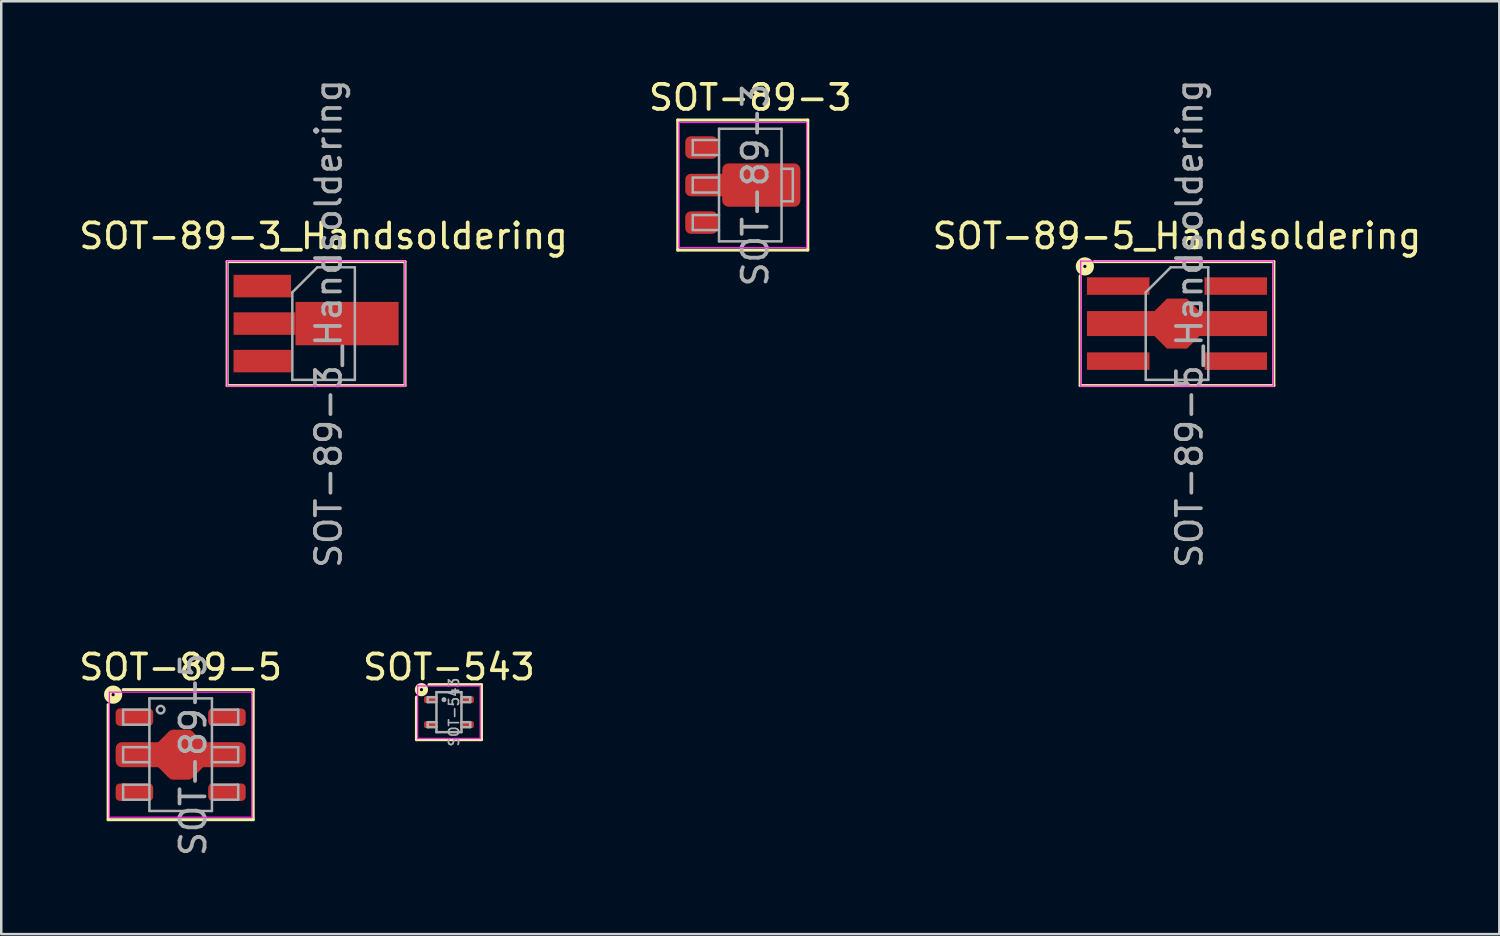
<source format=kicad_pcb>
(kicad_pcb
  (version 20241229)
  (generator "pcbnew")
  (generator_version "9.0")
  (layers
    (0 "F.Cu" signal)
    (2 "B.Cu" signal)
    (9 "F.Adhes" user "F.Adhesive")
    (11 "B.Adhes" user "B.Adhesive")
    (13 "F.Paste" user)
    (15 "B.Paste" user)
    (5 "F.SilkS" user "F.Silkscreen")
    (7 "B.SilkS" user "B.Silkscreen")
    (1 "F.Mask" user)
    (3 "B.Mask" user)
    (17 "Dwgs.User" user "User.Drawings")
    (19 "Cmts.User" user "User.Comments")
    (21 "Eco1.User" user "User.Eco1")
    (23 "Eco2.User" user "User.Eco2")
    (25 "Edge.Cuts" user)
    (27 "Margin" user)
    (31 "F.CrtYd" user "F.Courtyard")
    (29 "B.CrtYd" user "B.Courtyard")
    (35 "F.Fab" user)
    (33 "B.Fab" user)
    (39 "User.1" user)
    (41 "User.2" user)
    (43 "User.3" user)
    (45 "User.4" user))
  (footprint "SOT-89-5"
    (layer "F.Cu")
    (at 4.173 27.122)
    (property "Reference" "SOT-89-5" (at 0 -3.5 0) (layer "F.SilkS") (effects (font (size 1 1) (thickness 0.15))))
    (attr smd)
    (fp_line (start -2.9 -2) (end -2.9 2.6) (stroke (width 0.12) (type solid)) (layer "F.SilkS"))
    (fp_line (start -2.9 2.6) (end 2.9 2.6) (stroke (width 0.12) (type solid)) (layer "F.SilkS"))
    (fp_line (start 2.9 -2.6) (end -2.3 -2.6) (stroke (width 0.12) (type solid)) (layer "F.SilkS"))
    (fp_line (start 2.9 2.6) (end 2.9 -2.6) (stroke (width 0.12) (type solid)) (layer "F.SilkS"))
    (fp_circle (center -2.7 -2.4) (end -2.636 -2.4) (stroke (width 0.3) (type solid)) (fill no) (layer "F.SilkS"))
    (fp_line (start -2.85 2.5) (end -2.85 -2.5) (stroke (width 0.05) (type solid)) (layer "F.CrtYd"))
    (fp_line (start -2.85 2.5) (end 2.85 2.5) (stroke (width 0.05) (type solid)) (layer "F.CrtYd"))
    (fp_line (start 2.85 -2.5) (end -2.85 -2.5) (stroke (width 0.05) (type solid)) (layer "F.CrtYd"))
    (fp_line (start 2.85 -2.5) (end 2.85 2.5) (stroke (width 0.05) (type solid)) (layer "F.CrtYd"))
    (fp_line (start -2.3 -1.8) (end -2.3 -1.2) (stroke (width 0.1) (type solid)) (layer "F.Fab"))
    (fp_line (start -2.3 -1.2) (end -1.25 -1.2) (stroke (width 0.1) (type solid)) (layer "F.Fab"))
    (fp_line (start -2.3 -0.3) (end -2.3 0.3) (stroke (width 0.1) (type solid)) (layer "F.Fab"))
    (fp_line (start -2.3 0.3) (end -1.25 0.3) (stroke (width 0.1) (type solid)) (layer "F.Fab"))
    (fp_line (start -2.3 1.2) (end -2.3 1.8) (stroke (width 0.1) (type solid)) (layer "F.Fab"))
    (fp_line (start -2.3 1.8) (end -1.25 1.8) (stroke (width 0.1) (type solid)) (layer "F.Fab"))
    (fp_line (start -1.25 -2.25) (end 1.25 -2.25) (stroke (width 0.1) (type solid)) (layer "F.Fab"))
    (fp_line (start -1.25 -1.8) (end -2.3 -1.8) (stroke (width 0.1) (type solid)) (layer "F.Fab"))
    (fp_line (start -1.25 -0.3) (end -2.3 -0.3) (stroke (width 0.1) (type solid)) (layer "F.Fab"))
    (fp_line (start -1.25 1.2) (end -2.3 1.2) (stroke (width 0.1) (type solid)) (layer "F.Fab"))
    (fp_line (start -1.25 2.25) (end -1.25 -2.25) (stroke (width 0.1) (type solid)) (layer "F.Fab"))
    (fp_line (start 1.25 -2.25) (end 1.25 2.25) (stroke (width 0.1) (type solid)) (layer "F.Fab"))
    (fp_line (start 1.25 -1.2) (end 2.3 -1.2) (stroke (width 0.1) (type solid)) (layer "F.Fab"))
    (fp_line (start 1.25 0.3) (end 2.3 0.3) (stroke (width 0.1) (type solid)) (layer "F.Fab"))
    (fp_line (start 1.25 1.8) (end 2.3 1.8) (stroke (width 0.1) (type solid)) (layer "F.Fab"))
    (fp_line (start 1.25 2.25) (end -1.25 2.25) (stroke (width 0.1) (type solid)) (layer "F.Fab"))
    (fp_line (start 2.3 -1.8) (end 1.25 -1.8) (stroke (width 0.1) (type solid)) (layer "F.Fab"))
    (fp_line (start 2.3 -1.2) (end 2.3 -1.8) (stroke (width 0.1) (type solid)) (layer "F.Fab"))
    (fp_line (start 2.3 -0.3) (end 1.25 -0.3) (stroke (width 0.1) (type solid)) (layer "F.Fab"))
    (fp_line (start 2.3 0.3) (end 2.3 -0.3) (stroke (width 0.1) (type solid)) (layer "F.Fab"))
    (fp_line (start 2.3 1.2) (end 1.25 1.2) (stroke (width 0.1) (type solid)) (layer "F.Fab"))
    (fp_line (start 2.3 1.8) (end 2.3 1.2) (stroke (width 0.1) (type solid)) (layer "F.Fab"))
    (fp_circle (center -0.8 -1.8) (end -0.65 -1.8) (stroke (width 0.1) (type solid)) (fill no) (layer "F.Fab"))
    (fp_text user "${REFERENCE}" (at 0.5 0 90) (layer "F.Fab") (effects (font (size 1 1) (thickness 0.15))))
    (pad "1" smd roundrect (at -1.85 -1.5) (size 1.5 0.7) (layers "F.Cu" "F.Mask" "F.Paste") (roundrect_rratio 0.25))
    (pad "2" smd rect (at -0.49 0.2 45) (size 1 1) (layers "F.Cu" "F.Mask" "F.Paste"))
    (pad "2" smd rect (at -0.48 -0.21 45) (size 1 1) (layers "F.Cu" "F.Mask" "F.Paste"))
    (pad "2" smd roundrect (at 0 0) (size 1.08 2) (layers "F.Cu" "F.Mask" "F.Paste") (roundrect_rratio 0.221))
    (pad "2" smd roundrect (at 0 0) (size 5.2 1) (layers "F.Cu" "F.Mask" "F.Paste") (roundrect_rratio 0.25))
    (pad "2" smd rect (at 0.47 0.22 45) (size 1 1) (layers "F.Cu" "F.Mask" "F.Paste"))
    (pad "2" smd rect (at 0.48 -0.21 45) (size 1 1) (layers "F.Cu" "F.Mask" "F.Paste"))
    (pad "3" smd roundrect (at -1.85 1.5) (size 1.5 0.7) (layers "F.Cu" "F.Mask" "F.Paste") (roundrect_rratio 0.25))
    (pad "4" smd roundrect (at 1.85 1.5) (size 1.5 0.7) (layers "F.Cu" "F.Mask" "F.Paste") (roundrect_rratio 0.25))
    (pad "5" smd roundrect (at 1.85 -1.5) (size 1.5 0.7) (layers "F.Cu" "F.Mask" "F.Paste") (roundrect_rratio 0.25)))
  (footprint "SOT-89-3"
    (layer "F.Cu")
    (at 26.646 4.348)
    (property "Reference" "SOT-89-3" (at 0.3 -3.5 0) (layer "F.SilkS") (effects (font (size 1 1) (thickness 0.15))))
    (attr smd)
    (fp_line (start -2.6 -2.6) (end -2.6 2.6) (stroke (width 0.12) (type solid)) (layer "F.SilkS"))
    (fp_line (start -2.6 2.6) (end 2.6 2.6) (stroke (width 0.12) (type solid)) (layer "F.SilkS"))
    (fp_line (start 2.6 -2.6) (end -2.6 -2.6) (stroke (width 0.12) (type solid)) (layer "F.SilkS"))
    (fp_line (start 2.6 2.6) (end 2.6 -2.6) (stroke (width 0.12) (type solid)) (layer "F.SilkS"))
    (fp_line (start -2.55 2.5) (end -2.55 -2.5) (stroke (width 0.05) (type solid)) (layer "F.CrtYd"))
    (fp_line (start -2.55 2.5) (end 2.55 2.5) (stroke (width 0.05) (type solid)) (layer "F.CrtYd"))
    (fp_line (start 2.55 -2.5) (end -2.55 -2.5) (stroke (width 0.05) (type solid)) (layer "F.CrtYd"))
    (fp_line (start 2.55 -2.5) (end 2.55 2.5) (stroke (width 0.05) (type solid)) (layer "F.CrtYd"))
    (fp_line (start -2 -1.8) (end -2 -1.2) (stroke (width 0.1) (type solid)) (layer "F.Fab"))
    (fp_line (start -2 -1.2) (end -0.95 -1.2) (stroke (width 0.1) (type solid)) (layer "F.Fab"))
    (fp_line (start -2 -0.3) (end -2 0.3) (stroke (width 0.1) (type solid)) (layer "F.Fab"))
    (fp_line (start -2 0.3) (end -0.95 0.3) (stroke (width 0.1) (type solid)) (layer "F.Fab"))
    (fp_line (start -2 1.2) (end -2 1.8) (stroke (width 0.1) (type solid)) (layer "F.Fab"))
    (fp_line (start -2 1.8) (end -0.95 1.8) (stroke (width 0.1) (type solid)) (layer "F.Fab"))
    (fp_line (start -0.95 -2.25) (end 1.55 -2.25) (stroke (width 0.1) (type solid)) (layer "F.Fab"))
    (fp_line (start -0.95 -1.8) (end -2 -1.8) (stroke (width 0.1) (type solid)) (layer "F.Fab"))
    (fp_line (start -0.95 -0.3) (end -2 -0.3) (stroke (width 0.1) (type solid)) (layer "F.Fab"))
    (fp_line (start -0.95 1.2) (end -2 1.2) (stroke (width 0.1) (type solid)) (layer "F.Fab"))
    (fp_line (start -0.95 2.25) (end -0.95 -2.25) (stroke (width 0.1) (type solid)) (layer "F.Fab"))
    (fp_line (start 1.55 -2.25) (end 1.55 2.25) (stroke (width 0.1) (type solid)) (layer "F.Fab"))
    (fp_line (start 1.55 -0.65) (end 2 -0.65) (stroke (width 0.1) (type solid)) (layer "F.Fab"))
    (fp_line (start 1.55 2.25) (end -0.95 2.25) (stroke (width 0.1) (type solid)) (layer "F.Fab"))
    (fp_line (start 2 -0.65) (end 2 0.65) (stroke (width 0.1) (type solid)) (layer "F.Fab"))
    (fp_line (start 2 0.65) (end 1.55 0.65) (stroke (width 0.1) (type solid)) (layer "F.Fab"))
    (fp_text user "${REFERENCE}" (at 0.5 0 90) (layer "F.Fab") (effects (font (size 1 1) (thickness 0.15))))
    (pad "1" smd roundrect (at -1.65 -1.5) (size 1.3 0.9) (layers "F.Cu" "F.Mask" "F.Paste") (roundrect_rratio 0.25))
    (pad "2" smd roundrect (at -1.45 0) (size 1.7 0.9) (layers "F.Cu" "F.Mask" "F.Paste") (roundrect_rratio 0.25))
    (pad "2" smd roundrect (at 0.74 0 90) (size 1.733 3.125) (layers "F.Cu" "F.Mask" "F.Paste") (roundrect_rratio 0.144))
    (pad "3" smd roundrect (at -1.65 1.5) (size 1.3 0.9) (layers "F.Cu" "F.Mask" "F.Paste") (roundrect_rratio 0.25)))
  (footprint "SOT-89-3_Handsoldering"
    (layer "F.Cu")
    (at 9.587 9.887)
    (property "Reference" "SOT-89-3_Handsoldering" (at 0.3 -3.5 0) (layer "F.SilkS") (effects (font (size 1 1) (thickness 0.15))))
    (attr smd)
    (fp_line (start -3.556 -2.477) (end -3.556 2.477) (stroke (width 0.12) (type solid)) (layer "F.SilkS"))
    (fp_line (start -3.556 2.477) (end 3.556 2.477) (stroke (width 0.12) (type solid)) (layer "F.SilkS"))
    (fp_line (start 3.556 -2.477) (end -3.556 -2.477) (stroke (width 0.12) (type solid)) (layer "F.SilkS"))
    (fp_line (start 3.556 2.477) (end 3.556 -2.477) (stroke (width 0.12) (type solid)) (layer "F.SilkS"))
    (fp_line (start -3.55 2.5) (end -3.55 -2.5) (stroke (width 0.05) (type solid)) (layer "F.CrtYd"))
    (fp_line (start -3.55 2.5) (end 3.55 2.5) (stroke (width 0.05) (type solid)) (layer "F.CrtYd"))
    (fp_line (start 3.55 -2.5) (end -3.55 -2.5) (stroke (width 0.05) (type solid)) (layer "F.CrtYd"))
    (fp_line (start 3.55 -2.5) (end 3.55 2.5) (stroke (width 0.05) (type solid)) (layer "F.CrtYd"))
    (fp_line (start -0.95 -1.25) (end 0.05 -2.25) (stroke (width 0.1) (type solid)) (layer "F.Fab"))
    (fp_line (start -0.95 2.25) (end -0.95 -1.25) (stroke (width 0.1) (type solid)) (layer "F.Fab"))
    (fp_line (start 0.05 -2.25) (end 1.55 -2.25) (stroke (width 0.1) (type solid)) (layer "F.Fab"))
    (fp_line (start 1.55 -2.25) (end 1.55 2.25) (stroke (width 0.1) (type solid)) (layer "F.Fab"))
    (fp_line (start 1.55 2.25) (end -0.95 2.25) (stroke (width 0.1) (type solid)) (layer "F.Fab"))
    (fp_text user "${REFERENCE}" (at 0.5 0 90) (layer "F.Fab") (effects (font (size 1 1) (thickness 0.15))))
    (pad "1" smd rect (at -2.15 -1.5) (size 2.3 0.9) (layers "F.Cu" "F.Mask" "F.Paste"))
    (pad "2" smd custom (at -2.062 0) (size 2.475 0.9) (layers "F.Cu" "F.Mask" "F.Paste") (options (anchor rect)) (primitives (gr_poly (pts (xy 5.362 0.867) (xy 1.238 0.867) (xy 1.238 -0.867) (xy 5.362 -0.867)) (width 0) (fill yes))))
    (pad "3" smd rect (at -2.15 1.5) (size 2.3 0.9) (layers "F.Cu" "F.Mask" "F.Paste")))
  (footprint "SOT-543"
    (layer "F.Cu")
    (at 14.899 25.422)
    (property "Reference" "SOT-543" (at 0 -1.8 0) (layer "F.SilkS") (effects (font (size 1 1) (thickness 0.15))))
    (attr smd)
    (fp_line (start -1.3 -0.6) (end -1.3 1.1) (stroke (width 0.12) (type solid)) (layer "F.SilkS"))
    (fp_line (start -1.3 1.1) (end 1.3 1.1) (stroke (width 0.12) (type solid)) (layer "F.SilkS"))
    (fp_line (start 1.3 -1.1) (end -0.8 -1.1) (stroke (width 0.12) (type solid)) (layer "F.SilkS"))
    (fp_line (start 1.3 1.1) (end 1.3 -1.1) (stroke (width 0.12) (type solid)) (layer "F.SilkS"))
    (fp_circle (center -1.1 -0.9) (end -1.036 -0.9) (stroke (width 0.2) (type solid)) (fill no) (layer "F.SilkS"))
    (fp_line (start -1.25 1.05) (end -1.25 -1.05) (stroke (width 0.05) (type solid)) (layer "F.CrtYd"))
    (fp_line (start -1.25 1.05) (end 1.25 1.05) (stroke (width 0.05) (type solid)) (layer "F.CrtYd"))
    (fp_line (start 1.25 -1.05) (end -1.25 -1.05) (stroke (width 0.05) (type solid)) (layer "F.CrtYd"))
    (fp_line (start 1.25 -1.05) (end 1.25 1.05) (stroke (width 0.05) (type solid)) (layer "F.CrtYd"))
    (fp_line (start -0.85 -0.6) (end -0.85 -0.4) (stroke (width 0.1) (type solid)) (layer "F.Fab"))
    (fp_line (start -0.85 -0.4) (end -0.5 -0.4) (stroke (width 0.1) (type solid)) (layer "F.Fab"))
    (fp_line (start -0.85 0.4) (end -0.85 0.6) (stroke (width 0.1) (type solid)) (layer "F.Fab"))
    (fp_line (start -0.85 0.6) (end -0.5 0.6) (stroke (width 0.1) (type solid)) (layer "F.Fab"))
    (fp_line (start -0.5 -0.8) (end -0.5 0.8) (stroke (width 0.1) (type solid)) (layer "F.Fab"))
    (fp_line (start -0.5 -0.6) (end -0.85 -0.6) (stroke (width 0.1) (type solid)) (layer "F.Fab"))
    (fp_line (start -0.5 0.4) (end -0.85 0.4) (stroke (width 0.1) (type solid)) (layer "F.Fab"))
    (fp_line (start -0.5 0.8) (end 0.5 0.8) (stroke (width 0.1) (type solid)) (layer "F.Fab"))
    (fp_line (start 0.5 -0.8) (end -0.5 -0.8) (stroke (width 0.1) (type solid)) (layer "F.Fab"))
    (fp_line (start 0.5 -0.4) (end 0.85 -0.4) (stroke (width 0.1) (type solid)) (layer "F.Fab"))
    (fp_line (start 0.5 0.6) (end 0.85 0.6) (stroke (width 0.1) (type solid)) (layer "F.Fab"))
    (fp_line (start 0.5 0.8) (end 0.5 -0.8) (stroke (width 0.1) (type solid)) (layer "F.Fab"))
    (fp_line (start 0.85 -0.6) (end 0.5 -0.6) (stroke (width 0.1) (type solid)) (layer "F.Fab"))
    (fp_line (start 0.85 -0.4) (end 0.85 -0.6) (stroke (width 0.1) (type solid)) (layer "F.Fab"))
    (fp_line (start 0.85 0.4) (end 0.5 0.4) (stroke (width 0.1) (type solid)) (layer "F.Fab"))
    (fp_line (start 0.85 0.6) (end 0.85 0.4) (stroke (width 0.1) (type solid)) (layer "F.Fab"))
    (fp_circle (center -0.2 -0.5) (end -0.15 -0.5) (stroke (width 0.1) (type solid)) (fill no) (layer "F.Fab"))
    (fp_text user "${REFERENCE}" (at 0.2 0 90) (layer "F.Fab") (effects (font (size 0.4 0.4) (thickness 0.065))))
    (pad "1" smd roundrect (at -0.72 -0.5 270) (size 0.27 0.55) (layers "F.Cu" "F.Mask" "F.Paste") (roundrect_rratio 0.25))
    (pad "2" smd roundrect (at -0.72 0.5 270) (size 0.27 0.55) (layers "F.Cu" "F.Mask" "F.Paste") (roundrect_rratio 0.25))
    (pad "3" smd roundrect (at 0.72 0.5 270) (size 0.27 0.55) (layers "F.Cu" "F.Mask" "F.Paste") (roundrect_rratio 0.25))
    (pad "4" smd roundrect (at 0.72 -0.5 270) (size 0.27 0.55) (layers "F.Cu" "F.Mask" "F.Paste") (roundrect_rratio 0.25)))
  (footprint "SOT-89-5_Handsoldering"
    (layer "F.Cu")
    (at 44.006 9.887)
    (property "Reference" "SOT-89-5_Handsoldering" (at 0 -3.5 0) (layer "F.SilkS") (effects (font (size 1 1) (thickness 0.15))))
    (attr smd)
    (fp_line (start -3.873 -1.905) (end -3.873 2.477) (stroke (width 0.12) (type solid)) (layer "F.SilkS"))
    (fp_line (start -3.873 2.477) (end 3.873 2.477) (stroke (width 0.12) (type solid)) (layer "F.SilkS"))
    (fp_line (start 3.873 -2.477) (end -3.302 -2.477) (stroke (width 0.12) (type solid)) (layer "F.SilkS"))
    (fp_line (start 3.873 2.477) (end 3.873 -2.477) (stroke (width 0.12) (type solid)) (layer "F.SilkS"))
    (fp_circle (center -3.683 -2.286) (end -3.619 -2.286) (stroke (width 0.3) (type solid)) (fill no) (layer "F.SilkS"))
    (fp_line (start -3.85 2.5) (end -3.85 -2.5) (stroke (width 0.05) (type solid)) (layer "F.CrtYd"))
    (fp_line (start -3.85 2.5) (end 3.85 2.5) (stroke (width 0.05) (type solid)) (layer "F.CrtYd"))
    (fp_line (start 3.85 -2.5) (end -3.85 -2.5) (stroke (width 0.05) (type solid)) (layer "F.CrtYd"))
    (fp_line (start 3.85 -2.5) (end 3.85 2.5) (stroke (width 0.05) (type solid)) (layer "F.CrtYd"))
    (fp_line (start -1.25 -1.25) (end -0.25 -2.25) (stroke (width 0.1) (type solid)) (layer "F.Fab"))
    (fp_line (start -1.25 2.25) (end -1.25 -1.25) (stroke (width 0.1) (type solid)) (layer "F.Fab"))
    (fp_line (start -0.25 -2.25) (end 1.25 -2.25) (stroke (width 0.1) (type solid)) (layer "F.Fab"))
    (fp_line (start 1.25 -2.25) (end 1.25 2.25) (stroke (width 0.1) (type solid)) (layer "F.Fab"))
    (fp_line (start 1.25 2.25) (end -1.25 2.25) (stroke (width 0.1) (type solid)) (layer "F.Fab"))
    (fp_text user "${REFERENCE}" (at 0.5 0 90) (layer "F.Fab") (effects (font (size 1 1) (thickness 0.15))))
    (pad "1" smd rect (at -2.35 -1.5) (size 2.5 0.7) (layers "F.Cu" "F.Mask" "F.Paste"))
    (pad "2" smd custom (at 0 0) (size 0.8 2) (layers "F.Cu" "F.Mask" "F.Paste") (options (anchor rect)) (primitives (gr_poly (pts (xy 0.9 -0.5) (xy 3.6 -0.5) (xy 3.6 0.5) (xy 0.9 0.5) (xy 0.4 1) (xy -0.4 1) (xy -0.9 0.5) (xy -3.6 0.5) (xy -3.6 -0.5) (xy -0.9 -0.5) (xy -0.4 -1) (xy 0.4 -1)) (width 0) (fill yes))))
    (pad "3" smd rect (at -2.35 1.5) (size 2.5 0.7) (layers "F.Cu" "F.Mask" "F.Paste"))
    (pad "4" smd rect (at 2.35 1.5) (size 2.5 0.7) (layers "F.Cu" "F.Mask" "F.Paste"))
    (pad "5" smd rect (at 2.35 -1.5) (size 2.5 0.7) (layers "F.Cu" "F.Mask" "F.Paste")))
  (gr_rect
    (start -3 -3)
    (end 56.893 34.295)
    (stroke (width 0.1) (type default))
    (fill no)
    (layer "Edge.Cuts")))
</source>
